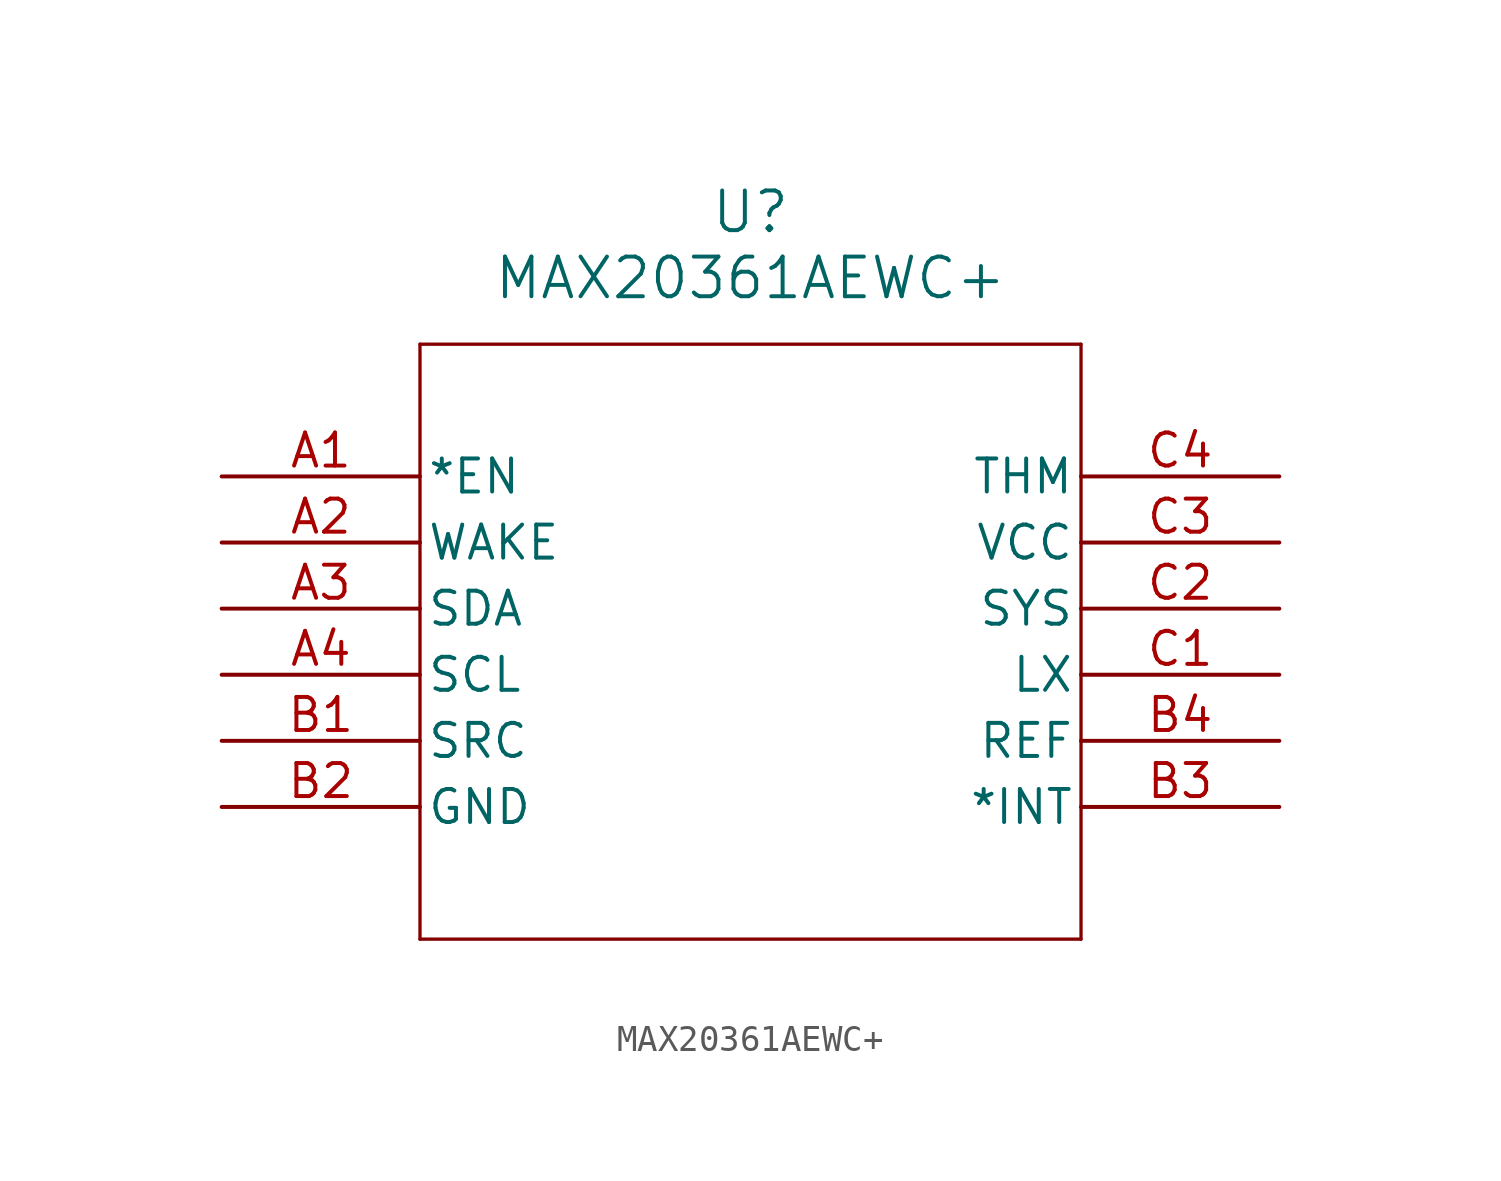
<source format=kicad_sym>
(kicad_symbol_lib
  (version 20211014)
  (generator kicad_symbol_editor)
  (symbol "MAX20361AEWC+"
    (pin_names
      (offset 0.254))
    (property "Reference" "U"
      (at 20.32 10.16 0)
      (effects (font (size 1.524 1.524))))
    (property "Value" "MAX20361AEWC+"
      (at 20.32 7.62 0)
      (effects (font (size 1.524 1.524))))
    (symbol "MAX20361AEWC+_0_1"
      (polyline (pts (xy 7.62 5.08) (xy 7.62 -17.78)) (stroke (width 0.127) (type default) (color 0 0 0 0)) (fill (type none)))
      (polyline (pts (xy 7.62 -17.78) (xy 33.02 -17.78)) (stroke (width 0.127) (type default) (color 0 0 0 0)) (fill (type none)))
      (polyline (pts (xy 33.02 -17.78) (xy 33.02 5.08)) (stroke (width 0.127) (type default) (color 0 0 0 0)) (fill (type none)))
      (polyline (pts (xy 33.02 5.08) (xy 7.62 5.08)) (stroke (width 0.127) (type default) (color 0 0 0 0)) (fill (type none)))
      (pin input line (at 0 0 0) (length 7.62) (name "*EN" (effects (font (size 1.27 1.27)))) (number "A1" (effects (font (size 1.27 1.27)))))
      (pin unspecified line (at 0 -2.54 0) (length 7.62) (name "WAKE" (effects (font (size 1.27 1.27)))) (number "A2" (effects (font (size 1.27 1.27)))))
      (pin unspecified line (at 0 -5.08 0) (length 7.62) (name "SDA" (effects (font (size 1.27 1.27)))) (number "A3" (effects (font (size 1.27 1.27)))))
      (pin unspecified line (at 0 -7.62 0) (length 7.62) (name "SCL" (effects (font (size 1.27 1.27)))) (number "A4" (effects (font (size 1.27 1.27)))))
      (pin input line (at 0 -10.16 0) (length 7.62) (name "SRC" (effects (font (size 1.27 1.27)))) (number "B1" (effects (font (size 1.27 1.27)))))
      (pin power_in line (at 0 -12.7 0) (length 7.62) (name "GND" (effects (font (size 1.27 1.27)))) (number "B2" (effects (font (size 1.27 1.27)))))
      (pin output line (at 40.64 -12.7 180) (length 7.62) (name "*INT" (effects (font (size 1.27 1.27)))) (number "B3" (effects (font (size 1.27 1.27)))))
      (pin unspecified line (at 40.64 -10.16 180) (length 7.62) (name "REF" (effects (font (size 1.27 1.27)))) (number "B4" (effects (font (size 1.27 1.27)))))
      (pin unspecified line (at 40.64 -7.62 180) (length 7.62) (name "LX" (effects (font (size 1.27 1.27)))) (number "C1" (effects (font (size 1.27 1.27)))))
      (pin output line (at 40.64 -5.08 180) (length 7.62) (name "SYS" (effects (font (size 1.27 1.27)))) (number "C2" (effects (font (size 1.27 1.27)))))
      (pin power_in line (at 40.64 -2.54 180) (length 7.62) (name "VCC" (effects (font (size 1.27 1.27)))) (number "C3" (effects (font (size 1.27 1.27)))))
      (pin input line (at 40.64 0 180) (length 7.62) (name "THM" (effects (font (size 1.27 1.27)))) (number "C4" (effects (font (size 1.27 1.27))))))))
</source>
